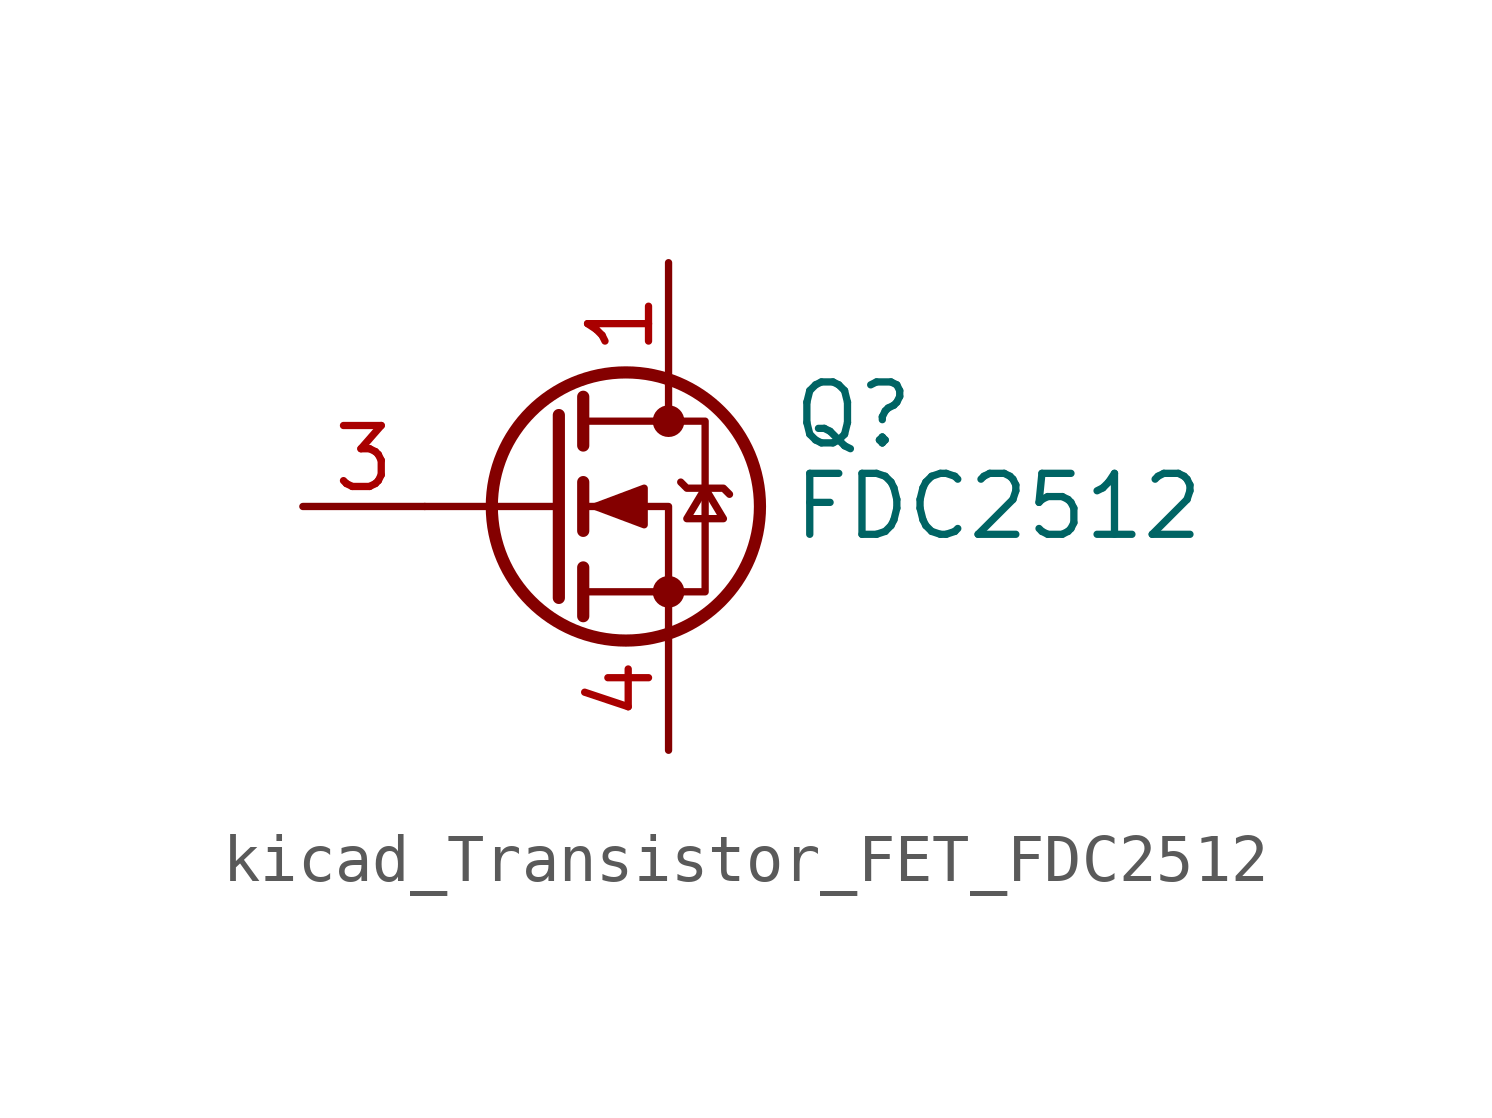
<source format=kicad_sym>
(kicad_symbol_lib
  (version 20220914)
  (generator kicad_symbol_editor)
  (symbol "kicad_Transistor_FET_FDC2512"
    (pin_names hide)
    (property "Reference" "Q"
      (at 5.08 1.905 0)
      (effects (font (size 1.27 1.27)) (justify left)))
    (property "Value" "FDC2512"
      (at 5.08 0 0)
      (effects (font (size 1.27 1.27)) (justify left)))
    (symbol "kicad_Transistor_FET_FDC2512_0_1"
      (polyline (pts (xy 0.254 0) (xy -2.54 0)) (stroke (width 0) (type default)) (fill (type none)))
      (polyline (pts (xy 0.254 1.905) (xy 0.254 -1.905)) (stroke (width 0.254) (type default)) (fill (type none)))
      (polyline (pts (xy 0.762 -1.27) (xy 0.762 -2.286)) (stroke (width 0.254) (type default)) (fill (type none)))
      (polyline (pts (xy 0.762 0.508) (xy 0.762 -0.508)) (stroke (width 0.254) (type default)) (fill (type none)))
      (polyline (pts (xy 0.762 2.286) (xy 0.762 1.27)) (stroke (width 0.254) (type default)) (fill (type none)))
      (polyline (pts (xy 2.54 2.54) (xy 2.54 1.778)) (stroke (width 0) (type default)) (fill (type none)))
      (polyline (pts (xy 2.54 -2.54) (xy 2.54 0) (xy 0.762 0)) (stroke (width 0) (type default)) (fill (type none)))
      (polyline (pts (xy 0.762 -1.778) (xy 3.302 -1.778) (xy 3.302 1.778) (xy 0.762 1.778)) (stroke (width 0) (type default)) (fill (type none)))
      (polyline (pts (xy 1.016 0) (xy 2.032 0.381) (xy 2.032 -0.381) (xy 1.016 0)) (stroke (width 0) (type default)) (fill (type outline)))
      (polyline (pts (xy 2.794 0.508) (xy 2.921 0.381) (xy 3.683 0.381) (xy 3.81 0.254)) (stroke (width 0) (type default)) (fill (type none)))
      (polyline (pts (xy 3.302 0.381) (xy 2.921 -0.254) (xy 3.683 -0.254) (xy 3.302 0.381)) (stroke (width 0) (type default)) (fill (type none)))
      (circle (center 1.651 0) (radius 2.794) (stroke (width 0.254) (type default)) (fill (type none)))
      (circle (center 2.54 -1.778) (radius 0.254) (stroke (width 0) (type default)) (fill (type outline)))
      (circle (center 2.54 1.778) (radius 0.254) (stroke (width 0) (type default)) (fill (type outline))))
    (symbol "kicad_Transistor_FET_FDC2512_1_1"
      (pin passive line (at 2.54 5.08 270) (length 2.54) (name "D" (effects (font (size 1.27 1.27)))) (number "1" (effects (font (size 1.27 1.27)))))
      (pin passive line (at 2.54 5.08 270) (length 2.54) hide (name "D" (effects (font (size 1.27 1.27)))) (number "2" (effects (font (size 1.27 1.27)))))
      (pin passive line (at -5.08 0 0) (length 2.54) (name "G" (effects (font (size 1.27 1.27)))) (number "3" (effects (font (size 1.27 1.27)))))
      (pin passive line (at 2.54 -5.08 90) (length 2.54) (name "S" (effects (font (size 1.27 1.27)))) (number "4" (effects (font (size 1.27 1.27)))))
      (pin passive line (at 2.54 5.08 270) (length 2.54) hide (name "D" (effects (font (size 1.27 1.27)))) (number "5" (effects (font (size 1.27 1.27)))))
      (pin passive line (at 2.54 5.08 270) (length 2.54) hide (name "D" (effects (font (size 1.27 1.27)))) (number "6" (effects (font (size 1.27 1.27))))))))
</source>
